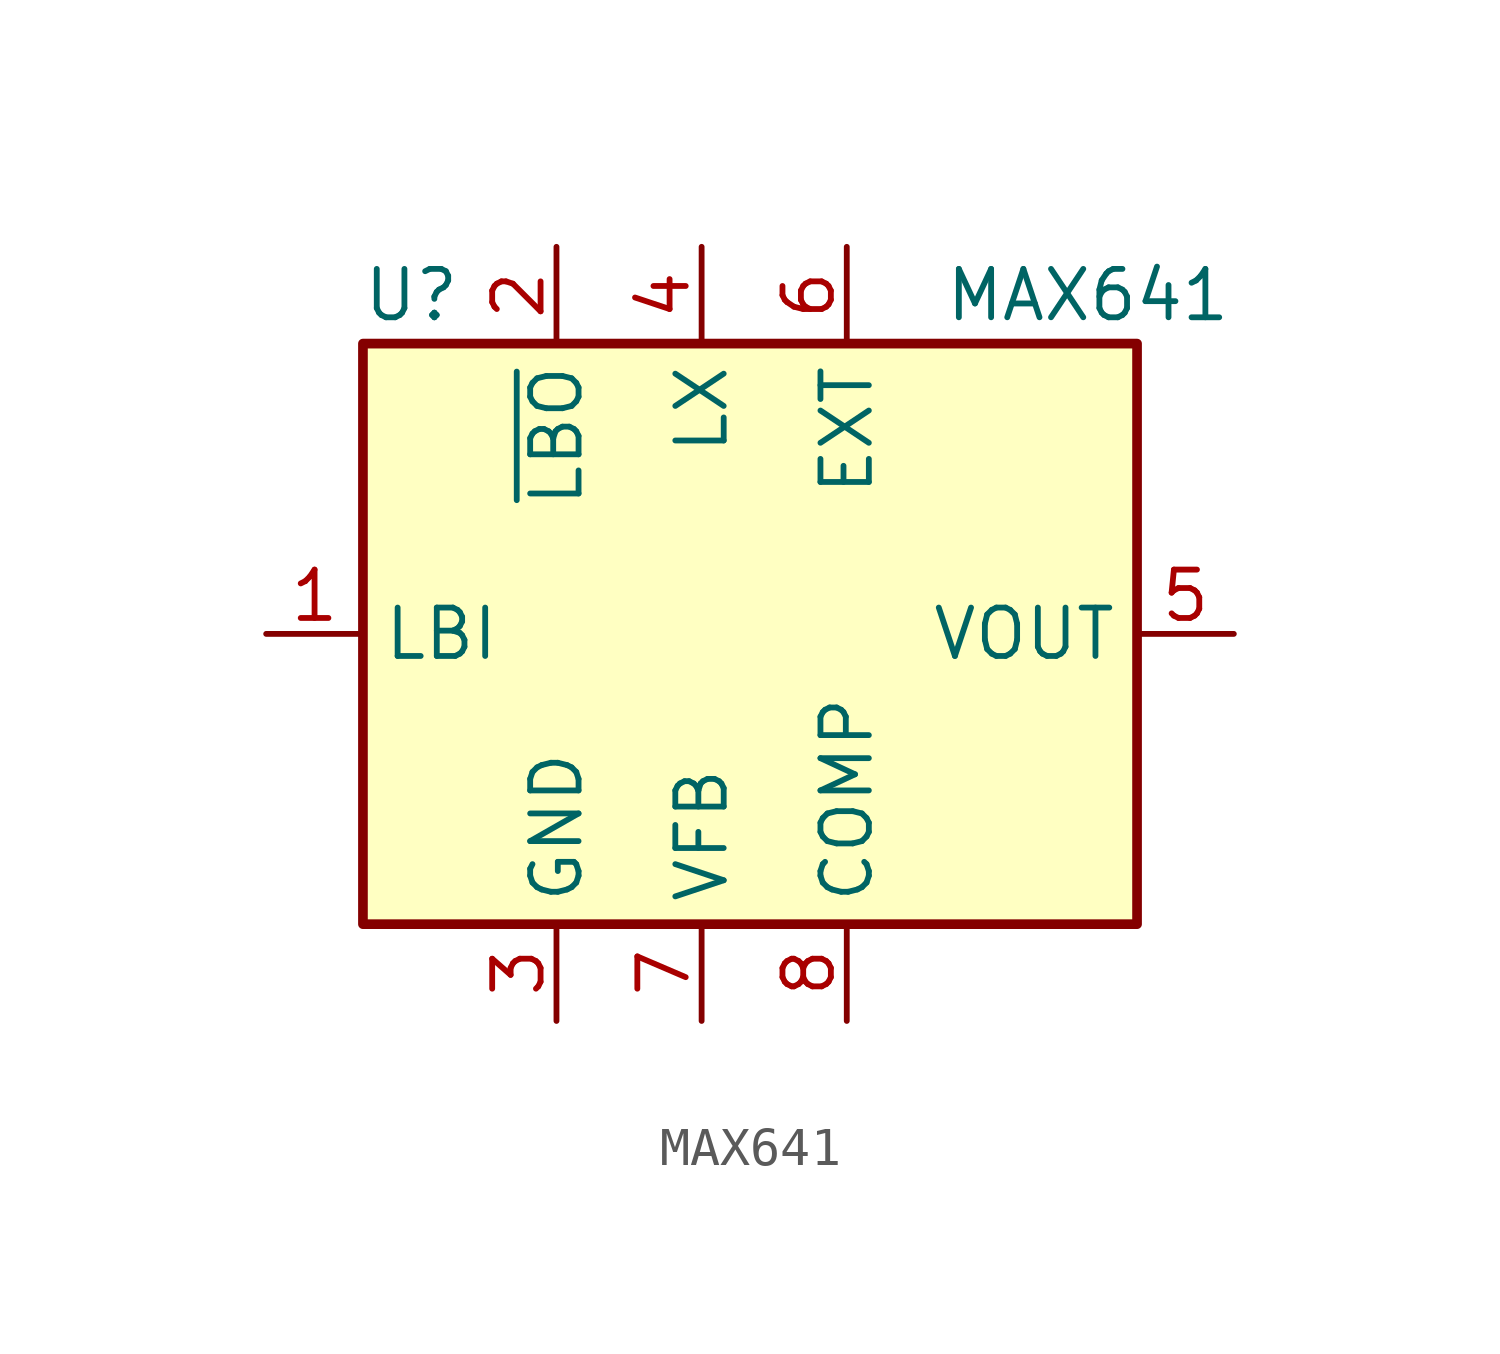
<source format=kicad_sym>
(kicad_symbol_lib
  (version 20211014)
  (generator kicad_symbol_editor)
  (symbol "MAX641"
    (property "Reference" "U"
      (at -7.62 8.89 0)
      (effects (font (size 1.27 1.27))))
    (property "Value" "MAX641"
      (at 6.35 8.89 0)
      (effects (font (size 1.27 1.27)) (justify left)))
    (symbol "MAX641_0_1"
      (rectangle (start -8.89 7.62) (end 11.43 -7.62) (stroke (width 0.254) (type default) (color 0 0 0 0)) (fill (type background))))
    (symbol "MAX641_1_1"
      (pin input line (at -11.43 0 0) (length 2.54) (name "LBI" (effects (font (size 1.27 1.27)))) (number "1" (effects (font (size 1.27 1.27)))))
      (pin output line (at -3.81 10.16 270) (length 2.54) (name "~{LBO}" (effects (font (size 1.27 1.27)))) (number "2" (effects (font (size 1.27 1.27)))))
      (pin power_in line (at -3.81 -10.16 90) (length 2.54) (name "GND" (effects (font (size 1.27 1.27)))) (number "3" (effects (font (size 1.27 1.27)))))
      (pin power_in line (at 0 10.16 270) (length 2.54) (name "LX" (effects (font (size 1.27 1.27)))) (number "4" (effects (font (size 1.27 1.27)))))
      (pin power_out line (at 13.97 0 180) (length 2.54) (name "VOUT" (effects (font (size 1.27 1.27)))) (number "5" (effects (font (size 1.27 1.27)))))
      (pin open_emitter line (at 3.81 10.16 270) (length 2.54) (name "EXT" (effects (font (size 1.27 1.27)))) (number "6" (effects (font (size 1.27 1.27)))))
      (pin input line (at 0 -10.16 90) (length 2.54) (name "VFB" (effects (font (size 1.27 1.27)))) (number "7" (effects (font (size 1.27 1.27)))))
      (pin input line (at 3.81 -10.16 90) (length 2.54) (name "COMP" (effects (font (size 1.27 1.27)))) (number "8" (effects (font (size 1.27 1.27))))))))
</source>
